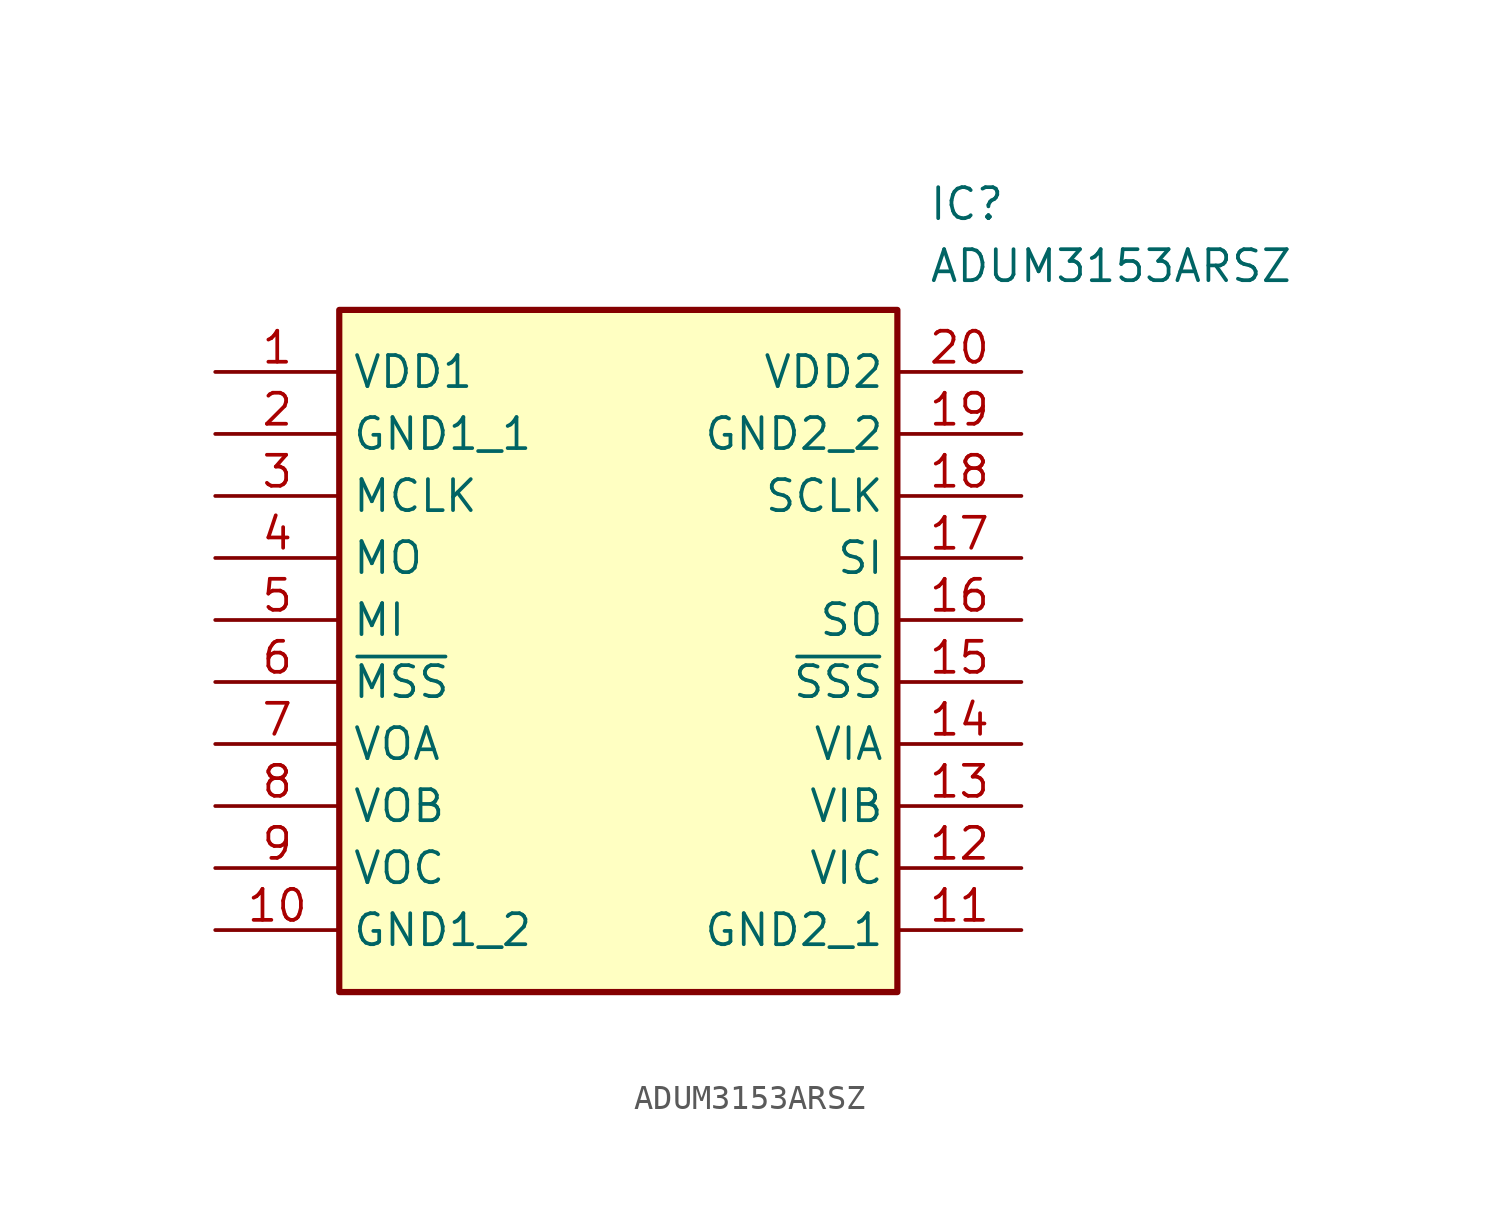
<source format=kicad_sym>
(kicad_symbol_lib
  (version 20211014)
  (generator SamacSys_ECAD_Model)
  (symbol "ADUM3153ARSZ"
    (property "Reference" "IC"
      (at 29.21 7.62 0)
      (effects (font (size 1.27 1.27)) (justify left top)))
    (property "Value" "ADUM3153ARSZ"
      (at 29.21 5.08 0)
      (effects (font (size 1.27 1.27)) (justify left top)))
    (rectangle
      (start 5.08 2.54)
      (end 27.94 -25.4)
      (stroke (width 0.254) (type default))
      (fill (type background)))
    (pin power_in line
      (at 0 0 0)
      (length 5.08)
      (name "VDD1" (effects (font (size 1.27 1.27))))
      (number "1" (effects (font (size 1.27 1.27)))))
    (pin power_in line
      (at 0 -2.54 0)
      (length 5.08)
      (name "GND1_1" (effects (font (size 1.27 1.27))))
      (number "2" (effects (font (size 1.27 1.27)))))
    (pin input line
      (at 0 -5.08 0)
      (length 5.08)
      (name "MCLK" (effects (font (size 1.27 1.27))))
      (number "3" (effects (font (size 1.27 1.27)))))
    (pin passive line
      (at 0 -7.62 0)
      (length 5.08)
      (name "MO" (effects (font (size 1.27 1.27))))
      (number "4" (effects (font (size 1.27 1.27)))))
    (pin passive line
      (at 0 -10.16 0)
      (length 5.08)
      (name "MI" (effects (font (size 1.27 1.27))))
      (number "5" (effects (font (size 1.27 1.27)))))
    (pin passive line
      (at 0 -12.7 0)
      (length 5.08)
      (name "~{MSS}" (effects (font (size 1.27 1.27))))
      (number "6" (effects (font (size 1.27 1.27)))))
    (pin passive line
      (at 0 -15.24 0)
      (length 5.08)
      (name "VOA" (effects (font (size 1.27 1.27))))
      (number "7" (effects (font (size 1.27 1.27)))))
    (pin passive line
      (at 0 -17.78 0)
      (length 5.08)
      (name "VOB" (effects (font (size 1.27 1.27))))
      (number "8" (effects (font (size 1.27 1.27)))))
    (pin passive line
      (at 0 -20.32 0)
      (length 5.08)
      (name "VOC" (effects (font (size 1.27 1.27))))
      (number "9" (effects (font (size 1.27 1.27)))))
    (pin power_in line
      (at 0 -22.86 0)
      (length 5.08)
      (name "GND1_2" (effects (font (size 1.27 1.27))))
      (number "10" (effects (font (size 1.27 1.27)))))
    (pin power_in line
      (at 33.02 0 180)
      (length 5.08)
      (name "VDD2" (effects (font (size 1.27 1.27))))
      (number "20" (effects (font (size 1.27 1.27)))))
    (pin power_in line
      (at 33.02 -2.54 180)
      (length 5.08)
      (name "GND2_2" (effects (font (size 1.27 1.27))))
      (number "19" (effects (font (size 1.27 1.27)))))
    (pin input line
      (at 33.02 -5.08 180)
      (length 5.08)
      (name "SCLK" (effects (font (size 1.27 1.27))))
      (number "18" (effects (font (size 1.27 1.27)))))
    (pin passive line
      (at 33.02 -7.62 180)
      (length 5.08)
      (name "SI" (effects (font (size 1.27 1.27))))
      (number "17" (effects (font (size 1.27 1.27)))))
    (pin passive line
      (at 33.02 -10.16 180)
      (length 5.08)
      (name "SO" (effects (font (size 1.27 1.27))))
      (number "16" (effects (font (size 1.27 1.27)))))
    (pin passive line
      (at 33.02 -12.7 180)
      (length 5.08)
      (name "~{SSS}" (effects (font (size 1.27 1.27))))
      (number "15" (effects (font (size 1.27 1.27)))))
    (pin passive line
      (at 33.02 -15.24 180)
      (length 5.08)
      (name "VIA" (effects (font (size 1.27 1.27))))
      (number "14" (effects (font (size 1.27 1.27)))))
    (pin passive line
      (at 33.02 -17.78 180)
      (length 5.08)
      (name "VIB" (effects (font (size 1.27 1.27))))
      (number "13" (effects (font (size 1.27 1.27)))))
    (pin passive line
      (at 33.02 -20.32 180)
      (length 5.08)
      (name "VIC" (effects (font (size 1.27 1.27))))
      (number "12" (effects (font (size 1.27 1.27)))))
    (pin power_in line
      (at 33.02 -22.86 180)
      (length 5.08)
      (name "GND2_1" (effects (font (size 1.27 1.27))))
      (number "11" (effects (font (size 1.27 1.27)))))))
</source>
